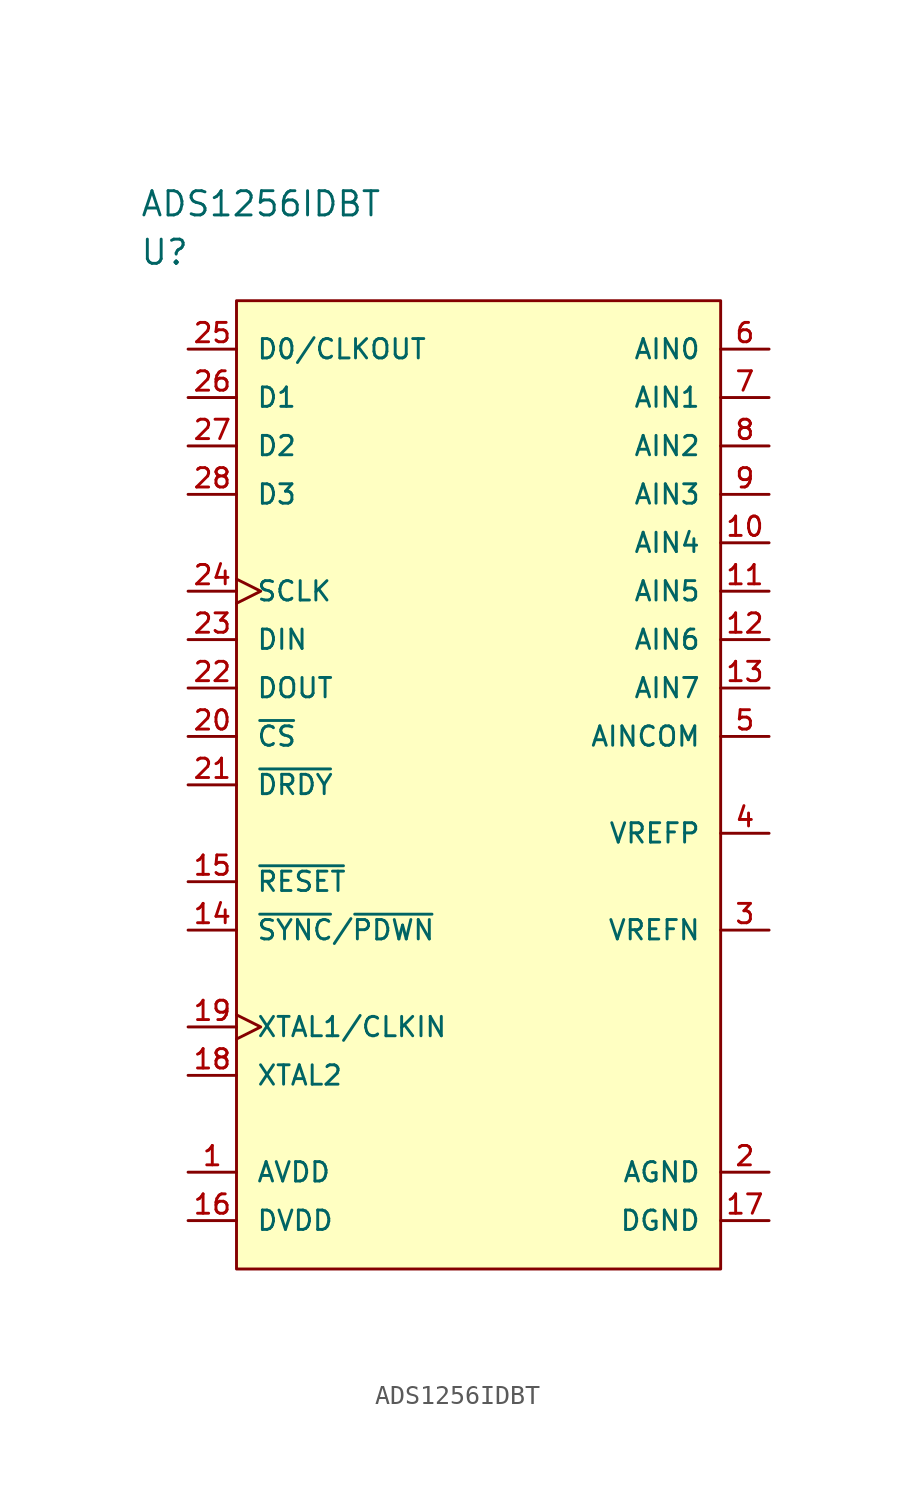
<source format=kicad_sym>
(kicad_symbol_lib
  (version 20211014)
  (generator kicad_symbol_editor)
  (symbol "ADS1256IDBT"
    (pin_names
      (offset 1.016))
    (property "Reference" "U"
      (at 0 5.08 0)
      (effects (font (size 1.27 1.27)) (justify left)))
    (property "Value" "ADS1256IDBT"
      (at 0 7.62 0)
      (effects (font (size 1.27 1.27)) (justify left)))
    (property "ki_locked" ""
      (at 0 0 0)
      (effects (font (size 1.27 1.27))))
    (symbol "ADS1256IDBT_1_1"
      (rectangle (start 5.08 2.54) (end 30.48 -48.26) (stroke (width 0) (type default) (color 0 0 0 0)) (fill (type background)))
      (pin power_in line (at 2.54 -43.18 0) (length 2.54) (name "AVDD" (effects (font (size 1.016 1.016)))) (number "1" (effects (font (size 1.016 1.016)))))
      (pin input line (at 33.02 -10.16 180) (length 2.54) (name "AIN4" (effects (font (size 1.016 1.016)))) (number "10" (effects (font (size 1.016 1.016)))))
      (pin input line (at 33.02 -12.7 180) (length 2.54) (name "AIN5" (effects (font (size 1.016 1.016)))) (number "11" (effects (font (size 1.016 1.016)))))
      (pin input line (at 33.02 -15.24 180) (length 2.54) (name "AIN6" (effects (font (size 1.016 1.016)))) (number "12" (effects (font (size 1.016 1.016)))))
      (pin input line (at 33.02 -17.78 180) (length 2.54) (name "AIN7" (effects (font (size 1.016 1.016)))) (number "13" (effects (font (size 1.016 1.016)))))
      (pin input line (at 2.54 -30.48 0) (length 2.54) (name "~{SYNC}/~{PDWN}" (effects (font (size 1.016 1.016)))) (number "14" (effects (font (size 1.016 1.016)))))
      (pin input line (at 2.54 -27.94 0) (length 2.54) (name "~{RESET}" (effects (font (size 1.016 1.016)))) (number "15" (effects (font (size 1.016 1.016)))))
      (pin power_in line (at 2.54 -45.72 0) (length 2.54) (name "DVDD" (effects (font (size 1.016 1.016)))) (number "16" (effects (font (size 1.016 1.016)))))
      (pin power_in line (at 33.02 -45.72 180) (length 2.54) (name "DGND" (effects (font (size 1.016 1.016)))) (number "17" (effects (font (size 1.016 1.016)))))
      (pin passive line (at 2.54 -38.1 0) (length 2.54) (name "XTAL2" (effects (font (size 1.016 1.016)))) (number "18" (effects (font (size 1.016 1.016)))))
      (pin input clock (at 2.54 -35.56 0) (length 2.54) (name "XTAL1/CLKIN" (effects (font (size 1.016 1.016)))) (number "19" (effects (font (size 1.016 1.016)))))
      (pin power_in line (at 33.02 -43.18 180) (length 2.54) (name "AGND" (effects (font (size 1.016 1.016)))) (number "2" (effects (font (size 1.016 1.016)))))
      (pin input line (at 2.54 -20.32 0) (length 2.54) (name "~{CS}" (effects (font (size 1.016 1.016)))) (number "20" (effects (font (size 1.016 1.016)))))
      (pin output line (at 2.54 -22.86 0) (length 2.54) (name "~{DRDY}" (effects (font (size 1.016 1.016)))) (number "21" (effects (font (size 1.016 1.016)))))
      (pin unspecified line (at 2.54 -17.78 0) (length 2.54) (name "DOUT" (effects (font (size 1.016 1.016)))) (number "22" (effects (font (size 1.016 1.016)))))
      (pin input line (at 2.54 -15.24 0) (length 2.54) (name "DIN" (effects (font (size 1.016 1.016)))) (number "23" (effects (font (size 1.016 1.016)))))
      (pin input clock (at 2.54 -12.7 0) (length 2.54) (name "SCLK" (effects (font (size 1.016 1.016)))) (number "24" (effects (font (size 1.016 1.016)))))
      (pin bidirectional line (at 2.54 0 0) (length 2.54) (name "D0/CLKOUT" (effects (font (size 1.016 1.016)))) (number "25" (effects (font (size 1.016 1.016)))))
      (pin bidirectional line (at 2.54 -2.54 0) (length 2.54) (name "D1" (effects (font (size 1.016 1.016)))) (number "26" (effects (font (size 1.016 1.016)))))
      (pin bidirectional line (at 2.54 -5.08 0) (length 2.54) (name "D2" (effects (font (size 1.016 1.016)))) (number "27" (effects (font (size 1.016 1.016)))))
      (pin bidirectional line (at 2.54 -7.62 0) (length 2.54) (name "D3" (effects (font (size 1.016 1.016)))) (number "28" (effects (font (size 1.016 1.016)))))
      (pin input line (at 33.02 -30.48 180) (length 2.54) (name "VREFN" (effects (font (size 1.016 1.016)))) (number "3" (effects (font (size 1.016 1.016)))))
      (pin input line (at 33.02 -25.4 180) (length 2.54) (name "VREFP" (effects (font (size 1.016 1.016)))) (number "4" (effects (font (size 1.016 1.016)))))
      (pin input line (at 33.02 -20.32 180) (length 2.54) (name "AINCOM" (effects (font (size 1.016 1.016)))) (number "5" (effects (font (size 1.016 1.016)))))
      (pin input line (at 33.02 0 180) (length 2.54) (name "AIN0" (effects (font (size 1.016 1.016)))) (number "6" (effects (font (size 1.016 1.016)))))
      (pin input line (at 33.02 -2.54 180) (length 2.54) (name "AIN1" (effects (font (size 1.016 1.016)))) (number "7" (effects (font (size 1.016 1.016)))))
      (pin input line (at 33.02 -5.08 180) (length 2.54) (name "AIN2" (effects (font (size 1.016 1.016)))) (number "8" (effects (font (size 1.016 1.016)))))
      (pin input line (at 33.02 -7.62 180) (length 2.54) (name "AIN3" (effects (font (size 1.016 1.016)))) (number "9" (effects (font (size 1.016 1.016))))))))
</source>
